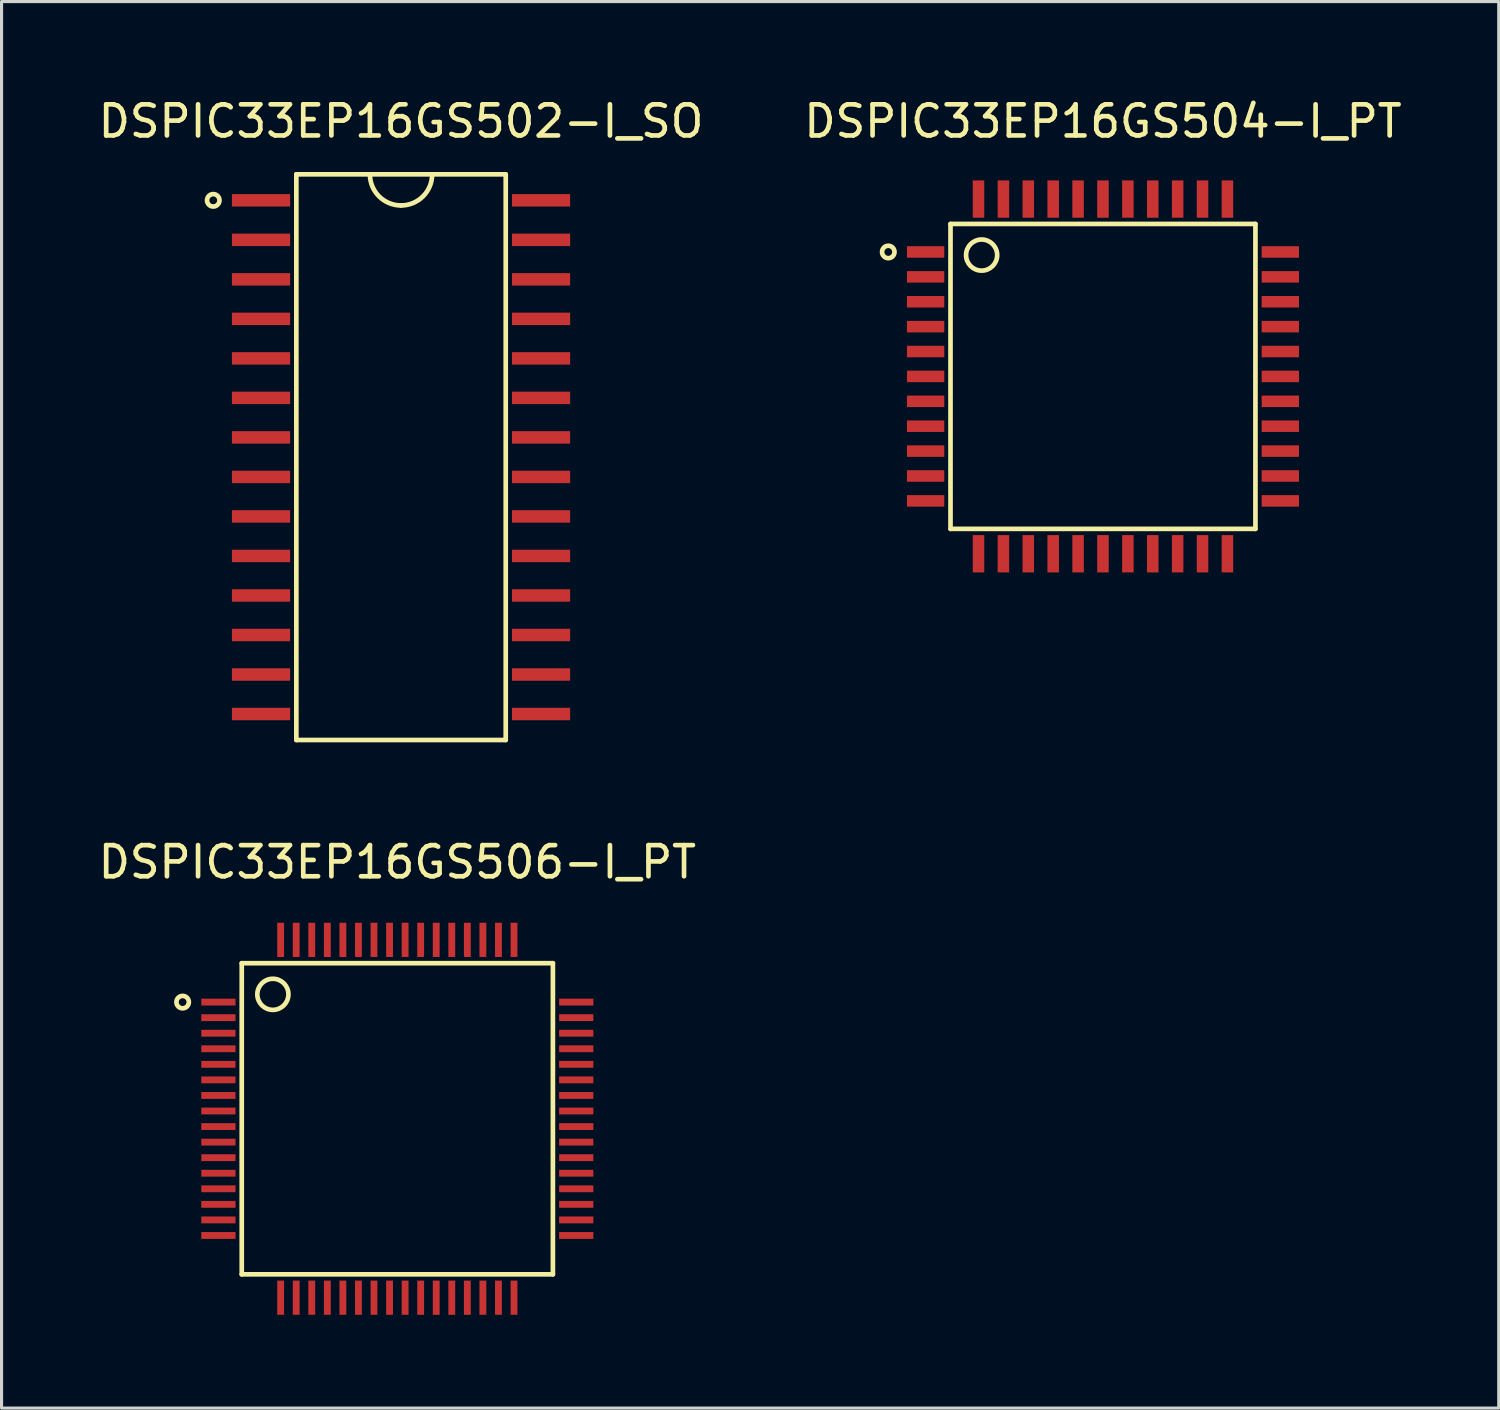
<source format=kicad_pcb>
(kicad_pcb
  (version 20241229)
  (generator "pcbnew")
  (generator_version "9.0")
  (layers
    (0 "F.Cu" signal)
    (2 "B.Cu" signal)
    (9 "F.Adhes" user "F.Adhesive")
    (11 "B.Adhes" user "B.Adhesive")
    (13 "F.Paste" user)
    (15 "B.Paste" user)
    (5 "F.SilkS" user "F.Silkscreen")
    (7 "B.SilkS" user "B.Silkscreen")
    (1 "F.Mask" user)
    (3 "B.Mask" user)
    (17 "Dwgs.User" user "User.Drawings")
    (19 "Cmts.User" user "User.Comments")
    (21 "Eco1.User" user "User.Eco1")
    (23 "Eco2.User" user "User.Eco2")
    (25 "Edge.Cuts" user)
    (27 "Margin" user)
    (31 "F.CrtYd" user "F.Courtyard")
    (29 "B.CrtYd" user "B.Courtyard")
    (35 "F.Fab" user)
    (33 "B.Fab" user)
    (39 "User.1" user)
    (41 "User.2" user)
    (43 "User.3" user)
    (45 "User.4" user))
  (footprint "DSPIC33EP16GS504-I_PT"
    (layer "F.Cu")
    (at 26.699 3.348)
    (property "Reference" "DSPIC33EP16GS504-I_PT" (at 5.7 -2.5 0) (layer "F.SilkS") (effects (font (size 1 1) (thickness 0.15))))
    (attr through_hole)
    (fp_line (start 0.8 0.8) (end 0.8 10.6) (stroke (width 0.15) (type solid)) (layer "F.SilkS"))
    (fp_line (start 0.8 0.8) (end 10.6 0.8) (stroke (width 0.15) (type solid)) (layer "F.SilkS"))
    (fp_line (start 0.8 10.6) (end 10.6 10.6) (stroke (width 0.15) (type solid)) (layer "F.SilkS"))
    (fp_line (start 10.6 10.6) (end 10.6 0.8) (stroke (width 0.15) (type solid)) (layer "F.SilkS"))
    (fp_circle (center -1.2 1.7) (end -1.2 1.5) (stroke (width 0.15) (type solid)) (fill no) (layer "F.SilkS"))
    (fp_circle (center 1.8 1.8) (end 1.8 1.3) (stroke (width 0.15) (type solid)) (fill no) (layer "F.SilkS"))
    (pad "1" smd rect (at 0 1.7) (size 1.2 0.37) (layers "F.Cu" "F.Mask" "F.Paste"))
    (pad "2" smd rect (at 0 2.5) (size 1.2 0.37) (layers "F.Cu" "F.Mask" "F.Paste"))
    (pad "3" smd rect (at 0 3.3) (size 1.2 0.37) (layers "F.Cu" "F.Mask" "F.Paste"))
    (pad "4" smd rect (at 0 4.1) (size 1.2 0.37) (layers "F.Cu" "F.Mask" "F.Paste"))
    (pad "5" smd rect (at 0 4.9) (size 1.2 0.37) (layers "F.Cu" "F.Mask" "F.Paste"))
    (pad "6" smd rect (at 0 5.7) (size 1.2 0.37) (layers "F.Cu" "F.Mask" "F.Paste"))
    (pad "7" smd rect (at 0 6.5) (size 1.2 0.37) (layers "F.Cu" "F.Mask" "F.Paste"))
    (pad "8" smd rect (at 0 7.3) (size 1.2 0.37) (layers "F.Cu" "F.Mask" "F.Paste"))
    (pad "9" smd rect (at 0 8.1) (size 1.2 0.37) (layers "F.Cu" "F.Mask" "F.Paste"))
    (pad "10" smd rect (at 0 8.9) (size 1.2 0.37) (layers "F.Cu" "F.Mask" "F.Paste"))
    (pad "11" smd rect (at 0 9.7) (size 1.2 0.37) (layers "F.Cu" "F.Mask" "F.Paste"))
    (pad "12" smd rect (at 1.7 11.4) (size 0.37 1.2) (layers "F.Cu" "F.Mask" "F.Paste"))
    (pad "13" smd rect (at 2.5 11.4) (size 0.37 1.2) (layers "F.Cu" "F.Mask" "F.Paste"))
    (pad "14" smd rect (at 3.3 11.4) (size 0.37 1.2) (layers "F.Cu" "F.Mask" "F.Paste"))
    (pad "15" smd rect (at 4.1 11.4) (size 0.37 1.2) (layers "F.Cu" "F.Mask" "F.Paste"))
    (pad "16" smd rect (at 4.9 11.4) (size 0.37 1.2) (layers "F.Cu" "F.Mask" "F.Paste"))
    (pad "17" smd rect (at 5.7 11.4) (size 0.37 1.2) (layers "F.Cu" "F.Mask" "F.Paste"))
    (pad "18" smd rect (at 6.5 11.4) (size 0.37 1.2) (layers "F.Cu" "F.Mask" "F.Paste"))
    (pad "19" smd rect (at 7.3 11.4) (size 0.37 1.2) (layers "F.Cu" "F.Mask" "F.Paste"))
    (pad "20" smd rect (at 8.1 11.4) (size 0.37 1.2) (layers "F.Cu" "F.Mask" "F.Paste"))
    (pad "21" smd rect (at 8.9 11.4) (size 0.37 1.2) (layers "F.Cu" "F.Mask" "F.Paste"))
    (pad "22" smd rect (at 9.7 11.4) (size 0.37 1.2) (layers "F.Cu" "F.Mask" "F.Paste"))
    (pad "23" smd rect (at 11.4 9.7) (size 1.2 0.37) (layers "F.Cu" "F.Mask" "F.Paste"))
    (pad "24" smd rect (at 11.4 8.9) (size 1.2 0.37) (layers "F.Cu" "F.Mask" "F.Paste"))
    (pad "25" smd rect (at 11.4 8.1) (size 1.2 0.37) (layers "F.Cu" "F.Mask" "F.Paste"))
    (pad "26" smd rect (at 11.4 7.3) (size 1.2 0.37) (layers "F.Cu" "F.Mask" "F.Paste"))
    (pad "27" smd rect (at 11.4 6.5) (size 1.2 0.37) (layers "F.Cu" "F.Mask" "F.Paste"))
    (pad "28" smd rect (at 11.4 5.7) (size 1.2 0.37) (layers "F.Cu" "F.Mask" "F.Paste"))
    (pad "29" smd rect (at 11.4 4.9) (size 1.2 0.37) (layers "F.Cu" "F.Mask" "F.Paste"))
    (pad "30" smd rect (at 11.4 4.1) (size 1.2 0.37) (layers "F.Cu" "F.Mask" "F.Paste"))
    (pad "31" smd rect (at 11.4 3.3) (size 1.2 0.37) (layers "F.Cu" "F.Mask" "F.Paste"))
    (pad "32" smd rect (at 11.4 2.5) (size 1.2 0.37) (layers "F.Cu" "F.Mask" "F.Paste"))
    (pad "33" smd rect (at 11.4 1.7) (size 1.2 0.37) (layers "F.Cu" "F.Mask" "F.Paste"))
    (pad "34" smd rect (at 9.7 0) (size 0.37 1.2) (layers "F.Cu" "F.Mask" "F.Paste"))
    (pad "35" smd rect (at 8.9 0) (size 0.37 1.2) (layers "F.Cu" "F.Mask" "F.Paste"))
    (pad "36" smd rect (at 8.1 0) (size 0.37 1.2) (layers "F.Cu" "F.Mask" "F.Paste"))
    (pad "37" smd rect (at 7.3 0) (size 0.37 1.2) (layers "F.Cu" "F.Mask" "F.Paste"))
    (pad "38" smd rect (at 6.5 0) (size 0.37 1.2) (layers "F.Cu" "F.Mask" "F.Paste"))
    (pad "39" smd rect (at 5.7 0) (size 0.37 1.2) (layers "F.Cu" "F.Mask" "F.Paste"))
    (pad "40" smd rect (at 4.9 0) (size 0.37 1.2) (layers "F.Cu" "F.Mask" "F.Paste"))
    (pad "41" smd rect (at 4.1 0) (size 0.37 1.2) (layers "F.Cu" "F.Mask" "F.Paste"))
    (pad "42" smd rect (at 3.3 0) (size 0.37 1.2) (layers "F.Cu" "F.Mask" "F.Paste"))
    (pad "43" smd rect (at 2.5 0) (size 0.37 1.2) (layers "F.Cu" "F.Mask" "F.Paste"))
    (pad "44" smd rect (at 1.7 0) (size 0.37 1.2) (layers "F.Cu" "F.Mask" "F.Paste")))
  (footprint "DSPIC33EP16GS506-I_PT"
    (layer "F.Cu")
    (at 3.97 27.157)
    (property "Reference" "DSPIC33EP16GS506-I_PT" (at 5.75 -2.5 0) (layer "F.SilkS") (effects (font (size 1 1) (thickness 0.15))))
    (attr through_hole)
    (fp_line (start 0.75 0.75) (end 0.75 10.75) (stroke (width 0.15) (type solid)) (layer "F.SilkS"))
    (fp_line (start 0.75 0.75) (end 10.75 0.75) (stroke (width 0.15) (type solid)) (layer "F.SilkS"))
    (fp_line (start 0.75 10.75) (end 10.75 10.75) (stroke (width 0.15) (type solid)) (layer "F.SilkS"))
    (fp_line (start 10.75 10.75) (end 10.75 0.75) (stroke (width 0.15) (type solid)) (layer "F.SilkS"))
    (fp_circle (center -1.15 2) (end -1.15 1.8) (stroke (width 0.15) (type solid)) (fill no) (layer "F.SilkS"))
    (fp_circle (center 1.75 1.75) (end 1.75 1.25) (stroke (width 0.15) (type solid)) (fill no) (layer "F.SilkS"))
    (pad "1" smd rect (at 0 2) (size 1.1 0.22) (layers "F.Cu" "F.Mask" "F.Paste"))
    (pad "2" smd rect (at 0 2.5) (size 1.1 0.22) (layers "F.Cu" "F.Mask" "F.Paste"))
    (pad "3" smd rect (at 0 3) (size 1.1 0.22) (layers "F.Cu" "F.Mask" "F.Paste"))
    (pad "4" smd rect (at 0 3.5) (size 1.1 0.22) (layers "F.Cu" "F.Mask" "F.Paste"))
    (pad "5" smd rect (at 0 4) (size 1.1 0.22) (layers "F.Cu" "F.Mask" "F.Paste"))
    (pad "6" smd rect (at 0 4.5) (size 1.1 0.22) (layers "F.Cu" "F.Mask" "F.Paste"))
    (pad "7" smd rect (at 0 5) (size 1.1 0.22) (layers "F.Cu" "F.Mask" "F.Paste"))
    (pad "8" smd rect (at 0 5.5) (size 1.1 0.22) (layers "F.Cu" "F.Mask" "F.Paste"))
    (pad "9" smd rect (at 0 6) (size 1.1 0.22) (layers "F.Cu" "F.Mask" "F.Paste"))
    (pad "10" smd rect (at 0 6.5) (size 1.1 0.22) (layers "F.Cu" "F.Mask" "F.Paste"))
    (pad "11" smd rect (at 0 7) (size 1.1 0.22) (layers "F.Cu" "F.Mask" "F.Paste"))
    (pad "12" smd rect (at 0 7.5) (size 1.1 0.22) (layers "F.Cu" "F.Mask" "F.Paste"))
    (pad "13" smd rect (at 0 8) (size 1.1 0.22) (layers "F.Cu" "F.Mask" "F.Paste"))
    (pad "14" smd rect (at 0 8.5) (size 1.1 0.22) (layers "F.Cu" "F.Mask" "F.Paste"))
    (pad "15" smd rect (at 0 9) (size 1.1 0.22) (layers "F.Cu" "F.Mask" "F.Paste"))
    (pad "16" smd rect (at 0 9.5) (size 1.1 0.22) (layers "F.Cu" "F.Mask" "F.Paste"))
    (pad "17" smd rect (at 2 11.5) (size 0.22 1.1) (layers "F.Cu" "F.Mask" "F.Paste"))
    (pad "18" smd rect (at 2.5 11.5) (size 0.22 1.1) (layers "F.Cu" "F.Mask" "F.Paste"))
    (pad "19" smd rect (at 3 11.5) (size 0.22 1.1) (layers "F.Cu" "F.Mask" "F.Paste"))
    (pad "20" smd rect (at 3.5 11.5) (size 0.22 1.1) (layers "F.Cu" "F.Mask" "F.Paste"))
    (pad "21" smd rect (at 4 11.5) (size 0.22 1.1) (layers "F.Cu" "F.Mask" "F.Paste"))
    (pad "22" smd rect (at 4.5 11.5) (size 0.22 1.1) (layers "F.Cu" "F.Mask" "F.Paste"))
    (pad "23" smd rect (at 5 11.5) (size 0.22 1.1) (layers "F.Cu" "F.Mask" "F.Paste"))
    (pad "24" smd rect (at 5.5 11.5) (size 0.22 1.1) (layers "F.Cu" "F.Mask" "F.Paste"))
    (pad "25" smd rect (at 6 11.5) (size 0.22 1.1) (layers "F.Cu" "F.Mask" "F.Paste"))
    (pad "26" smd rect (at 6.5 11.5) (size 0.22 1.1) (layers "F.Cu" "F.Mask" "F.Paste"))
    (pad "27" smd rect (at 7 11.5) (size 0.22 1.1) (layers "F.Cu" "F.Mask" "F.Paste"))
    (pad "28" smd rect (at 7.5 11.5) (size 0.22 1.1) (layers "F.Cu" "F.Mask" "F.Paste"))
    (pad "29" smd rect (at 8 11.5) (size 0.22 1.1) (layers "F.Cu" "F.Mask" "F.Paste"))
    (pad "30" smd rect (at 8.5 11.5) (size 0.22 1.1) (layers "F.Cu" "F.Mask" "F.Paste"))
    (pad "31" smd rect (at 9 11.5) (size 0.22 1.1) (layers "F.Cu" "F.Mask" "F.Paste"))
    (pad "32" smd rect (at 9.5 11.5) (size 0.22 1.1) (layers "F.Cu" "F.Mask" "F.Paste"))
    (pad "33" smd rect (at 11.5 9.5) (size 1.1 0.22) (layers "F.Cu" "F.Mask" "F.Paste"))
    (pad "34" smd rect (at 11.5 9) (size 1.1 0.22) (layers "F.Cu" "F.Mask" "F.Paste"))
    (pad "35" smd rect (at 11.5 8.5) (size 1.1 0.22) (layers "F.Cu" "F.Mask" "F.Paste"))
    (pad "36" smd rect (at 11.5 8) (size 1.1 0.22) (layers "F.Cu" "F.Mask" "F.Paste"))
    (pad "37" smd rect (at 11.5 7.5) (size 1.1 0.22) (layers "F.Cu" "F.Mask" "F.Paste"))
    (pad "38" smd rect (at 11.5 7) (size 1.1 0.22) (layers "F.Cu" "F.Mask" "F.Paste"))
    (pad "39" smd rect (at 11.5 6.5) (size 1.1 0.22) (layers "F.Cu" "F.Mask" "F.Paste"))
    (pad "40" smd rect (at 11.5 6) (size 1.1 0.22) (layers "F.Cu" "F.Mask" "F.Paste"))
    (pad "41" smd rect (at 11.5 5.5) (size 1.1 0.22) (layers "F.Cu" "F.Mask" "F.Paste"))
    (pad "42" smd rect (at 11.5 5) (size 1.1 0.22) (layers "F.Cu" "F.Mask" "F.Paste"))
    (pad "43" smd rect (at 11.5 4.5) (size 1.1 0.22) (layers "F.Cu" "F.Mask" "F.Paste"))
    (pad "44" smd rect (at 11.5 4) (size 1.1 0.22) (layers "F.Cu" "F.Mask" "F.Paste"))
    (pad "45" smd rect (at 11.5 3.5) (size 1.1 0.22) (layers "F.Cu" "F.Mask" "F.Paste"))
    (pad "46" smd rect (at 11.5 3) (size 1.1 0.22) (layers "F.Cu" "F.Mask" "F.Paste"))
    (pad "47" smd rect (at 11.5 2.5) (size 1.1 0.22) (layers "F.Cu" "F.Mask" "F.Paste"))
    (pad "48" smd rect (at 11.5 2) (size 1.1 0.22) (layers "F.Cu" "F.Mask" "F.Paste"))
    (pad "49" smd rect (at 9.5 0) (size 0.22 1.1) (layers "F.Cu" "F.Mask" "F.Paste"))
    (pad "50" smd rect (at 9 0) (size 0.22 1.1) (layers "F.Cu" "F.Mask" "F.Paste"))
    (pad "51" smd rect (at 8.5 0) (size 0.22 1.1) (layers "F.Cu" "F.Mask" "F.Paste"))
    (pad "52" smd rect (at 8 0) (size 0.22 1.1) (layers "F.Cu" "F.Mask" "F.Paste"))
    (pad "53" smd rect (at 7.5 0) (size 0.22 1.1) (layers "F.Cu" "F.Mask" "F.Paste"))
    (pad "54" smd rect (at 7 0) (size 0.22 1.1) (layers "F.Cu" "F.Mask" "F.Paste"))
    (pad "55" smd rect (at 6.5 0) (size 0.22 1.1) (layers "F.Cu" "F.Mask" "F.Paste"))
    (pad "56" smd rect (at 6 0) (size 0.22 1.1) (layers "F.Cu" "F.Mask" "F.Paste"))
    (pad "57" smd rect (at 5.5 0) (size 0.22 1.1) (layers "F.Cu" "F.Mask" "F.Paste"))
    (pad "58" smd rect (at 5 0) (size 0.22 1.1) (layers "F.Cu" "F.Mask" "F.Paste"))
    (pad "59" smd rect (at 4.5 0) (size 0.22 1.1) (layers "F.Cu" "F.Mask" "F.Paste"))
    (pad "60" smd rect (at 4 0) (size 0.22 1.1) (layers "F.Cu" "F.Mask" "F.Paste"))
    (pad "61" smd rect (at 3.5 0) (size 0.22 1.1) (layers "F.Cu" "F.Mask" "F.Paste"))
    (pad "62" smd rect (at 3 0) (size 0.22 1.1) (layers "F.Cu" "F.Mask" "F.Paste"))
    (pad "63" smd rect (at 2.5 0) (size 0.22 1.1) (layers "F.Cu" "F.Mask" "F.Paste"))
    (pad "64" smd rect (at 2 0) (size 0.22 1.1) (layers "F.Cu" "F.Mask" "F.Paste")))
  (footprint "DSPIC33EP16GS502-I_SO"
    (layer "F.Cu")
    (at 5.339 3.388)
    (property "Reference" "DSPIC33EP16GS502-I_SO" (at 4.5 -2.54 0) (layer "F.SilkS") (effects (font (size 1 1) (thickness 0.15))))
    (attr through_hole)
    (fp_line (start 1.135 -0.835) (end 7.865 -0.835) (stroke (width 0.15) (type solid)) (layer "F.SilkS"))
    (fp_line (start 1.135 17.345) (end 1.135 -0.835) (stroke (width 0.15) (type solid)) (layer "F.SilkS"))
    (fp_line (start 7.865 -0.835) (end 7.865 17.345) (stroke (width 0.15) (type solid)) (layer "F.SilkS"))
    (fp_line (start 7.865 17.345) (end 1.135 17.345) (stroke (width 0.15) (type solid)) (layer "F.SilkS"))
    (fp_arc (start 4.5 0.165) (mid 3.792893 -0.127893) (end 3.5 -0.835) (stroke (width 0.15) (type solid)) (layer "F.SilkS"))
    (fp_arc (start 5.5 -0.835) (mid 5.207107 -0.127893) (end 4.5 0.165) (stroke (width 0.15) (type solid)) (layer "F.SilkS"))
    (fp_circle (center -1.535 0) (end -1.535 0.2) (stroke (width 0.15) (type solid)) (fill no) (layer "F.SilkS"))
    (pad "1" smd rect (at 0 0) (size 1.87 0.4) (layers "F.Cu" "F.Mask" "F.Paste"))
    (pad "2" smd rect (at 0 1.27) (size 1.87 0.4) (layers "F.Cu" "F.Mask" "F.Paste"))
    (pad "3" smd rect (at 0 2.54) (size 1.87 0.4) (layers "F.Cu" "F.Mask" "F.Paste"))
    (pad "4" smd rect (at 0 3.81) (size 1.87 0.4) (layers "F.Cu" "F.Mask" "F.Paste"))
    (pad "5" smd rect (at 0 5.08) (size 1.87 0.4) (layers "F.Cu" "F.Mask" "F.Paste"))
    (pad "6" smd rect (at 0 6.35) (size 1.87 0.4) (layers "F.Cu" "F.Mask" "F.Paste"))
    (pad "7" smd rect (at 0 7.62) (size 1.87 0.4) (layers "F.Cu" "F.Mask" "F.Paste"))
    (pad "8" smd rect (at 0 8.89) (size 1.87 0.4) (layers "F.Cu" "F.Mask" "F.Paste"))
    (pad "9" smd rect (at 0 10.16) (size 1.87 0.4) (layers "F.Cu" "F.Mask" "F.Paste"))
    (pad "10" smd rect (at 0 11.43) (size 1.87 0.4) (layers "F.Cu" "F.Mask" "F.Paste"))
    (pad "11" smd rect (at 0 12.7) (size 1.87 0.4) (layers "F.Cu" "F.Mask" "F.Paste"))
    (pad "12" smd rect (at 0 13.97) (size 1.87 0.4) (layers "F.Cu" "F.Mask" "F.Paste"))
    (pad "13" smd rect (at 0 15.24) (size 1.87 0.4) (layers "F.Cu" "F.Mask" "F.Paste"))
    (pad "14" smd rect (at 0 16.51) (size 1.87 0.4) (layers "F.Cu" "F.Mask" "F.Paste"))
    (pad "15" smd rect (at 9 16.51) (size 1.87 0.4) (layers "F.Cu" "F.Mask" "F.Paste"))
    (pad "16" smd rect (at 9 15.24) (size 1.87 0.4) (layers "F.Cu" "F.Mask" "F.Paste"))
    (pad "17" smd rect (at 9 13.97) (size 1.87 0.4) (layers "F.Cu" "F.Mask" "F.Paste"))
    (pad "18" smd rect (at 9 12.7) (size 1.87 0.4) (layers "F.Cu" "F.Mask" "F.Paste"))
    (pad "19" smd rect (at 9 11.43) (size 1.87 0.4) (layers "F.Cu" "F.Mask" "F.Paste"))
    (pad "20" smd rect (at 9 10.16) (size 1.87 0.4) (layers "F.Cu" "F.Mask" "F.Paste"))
    (pad "21" smd rect (at 9 8.89) (size 1.87 0.4) (layers "F.Cu" "F.Mask" "F.Paste"))
    (pad "22" smd rect (at 9 7.62) (size 1.87 0.4) (layers "F.Cu" "F.Mask" "F.Paste"))
    (pad "23" smd rect (at 9 6.35) (size 1.87 0.4) (layers "F.Cu" "F.Mask" "F.Paste"))
    (pad "24" smd rect (at 9 5.08) (size 1.87 0.4) (layers "F.Cu" "F.Mask" "F.Paste"))
    (pad "25" smd rect (at 9 3.81) (size 1.87 0.4) (layers "F.Cu" "F.Mask" "F.Paste"))
    (pad "26" smd rect (at 9 2.54) (size 1.87 0.4) (layers "F.Cu" "F.Mask" "F.Paste"))
    (pad "27" smd rect (at 9 1.27) (size 1.87 0.4) (layers "F.Cu" "F.Mask" "F.Paste"))
    (pad "28" smd rect (at 9 0) (size 1.87 0.4) (layers "F.Cu" "F.Mask" "F.Paste")))
  (gr_rect
    (start -3 -3)
    (end 45.119 42.206)
    (stroke (width 0.1) (type default))
    (fill no)
    (layer "Edge.Cuts")))
</source>
